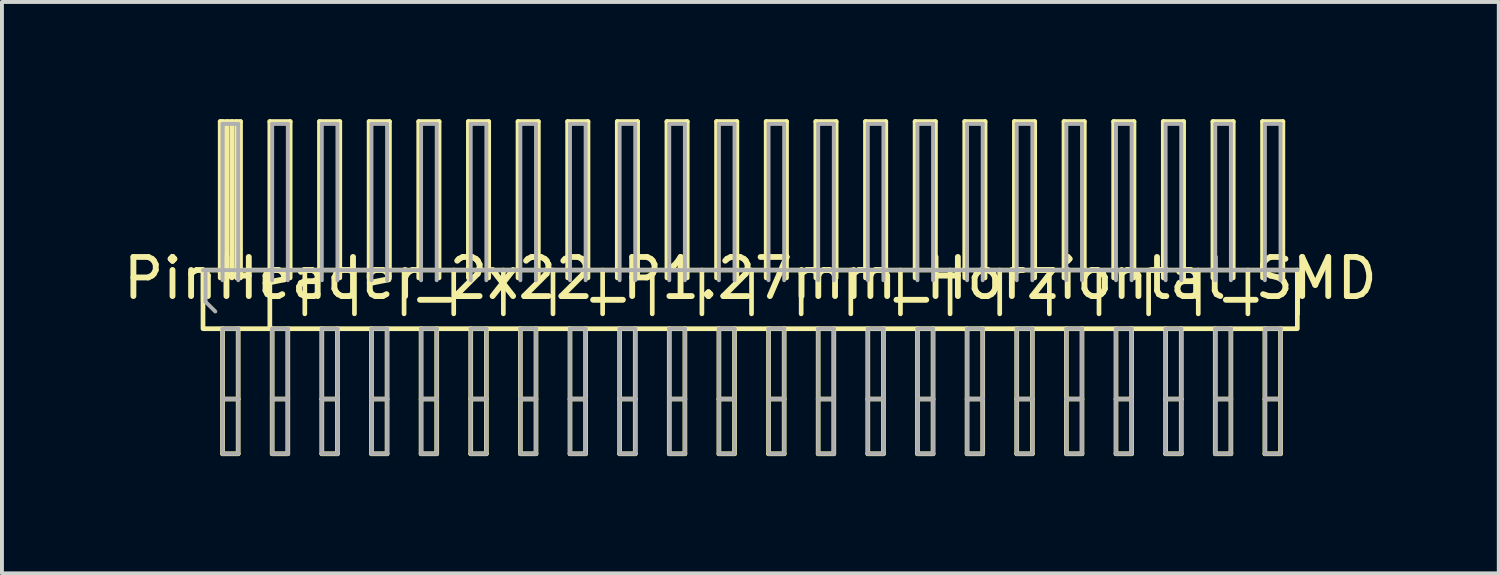
<source format=kicad_pcb>
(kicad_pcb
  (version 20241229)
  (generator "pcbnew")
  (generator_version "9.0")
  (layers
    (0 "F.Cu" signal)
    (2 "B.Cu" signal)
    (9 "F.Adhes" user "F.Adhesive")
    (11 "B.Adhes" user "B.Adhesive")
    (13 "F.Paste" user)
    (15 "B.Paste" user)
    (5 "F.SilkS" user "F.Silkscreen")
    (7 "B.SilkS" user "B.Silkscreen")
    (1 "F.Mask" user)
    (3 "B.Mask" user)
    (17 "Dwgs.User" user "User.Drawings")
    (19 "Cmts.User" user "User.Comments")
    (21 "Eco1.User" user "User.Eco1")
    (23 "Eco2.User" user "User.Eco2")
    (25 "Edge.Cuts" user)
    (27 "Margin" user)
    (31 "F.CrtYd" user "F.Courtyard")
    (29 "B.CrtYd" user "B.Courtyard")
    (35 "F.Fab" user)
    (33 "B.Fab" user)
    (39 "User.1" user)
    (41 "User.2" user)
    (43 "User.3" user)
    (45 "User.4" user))
  (footprint "PinHeader_2x22_P1.27mm_Horziontal_SMD"
    (layer "F.Cu")
    (at 16.149 4.57)
    (property "Reference" "PinHeader_2x22_P1.27mm_Horziontal_SMD" (at 0 -0.5 0) (unlocked yes) (layer "F.SilkS") (effects (font (size 1 1) (thickness 0.15))))
    (attr through_hole)
    (fp_line (start -14 0.09) (end -14 -0.71) (stroke (width 0.12) (type solid)) (layer "F.SilkS"))
    (fp_line (start -13.565 -4.51) (end -13.045 -4.51) (stroke (width 0.12) (type solid)) (layer "F.SilkS"))
    (fp_line (start -13.565 -0.51) (end -13.565 -4.51) (stroke (width 0.12) (type solid)) (layer "F.SilkS"))
    (fp_line (start -13.505 -0.51) (end -13.505 -4.51) (stroke (width 0.12) (type solid)) (layer "F.SilkS"))
    (fp_line (start -13.505 0.79) (end -13.505 3.99) (stroke (width 0.12) (type solid)) (layer "F.SilkS"))
    (fp_line (start -13.505 2.59) (end -13.105 2.59) (stroke (width 0.12) (type solid)) (layer "F.SilkS"))
    (fp_line (start -13.505 3.99) (end -13.105 3.99) (stroke (width 0.12) (type solid)) (layer "F.SilkS"))
    (fp_line (start -13.385 -0.51) (end -13.385 -4.51) (stroke (width 0.12) (type solid)) (layer "F.SilkS"))
    (fp_line (start -13.265 -0.51) (end -13.265 -4.51) (stroke (width 0.12) (type solid)) (layer "F.SilkS"))
    (fp_line (start -13.145 -0.51) (end -13.145 -4.51) (stroke (width 0.12) (type solid)) (layer "F.SilkS"))
    (fp_line (start -13.105 3.99) (end -13.105 0.79) (stroke (width 0.12) (type solid)) (layer "F.SilkS"))
    (fp_line (start -13.045 -4.51) (end -13.045 -0.51) (stroke (width 0.12) (type solid)) (layer "F.SilkS"))
    (fp_line (start -12.295 -4.51) (end -11.775 -4.51) (stroke (width 0.12) (type solid)) (layer "F.SilkS"))
    (fp_line (start -12.295 -0.51) (end -12.295 -4.51) (stroke (width 0.12) (type solid)) (layer "F.SilkS"))
    (fp_line (start -12.295 0.79) (end -12.295 -0.71) (stroke (width 0.12) (type solid)) (layer "F.SilkS"))
    (fp_line (start -12.235 0.79) (end -12.235 3.99) (stroke (width 0.12) (type solid)) (layer "F.SilkS"))
    (fp_line (start -12.235 2.59) (end -11.835 2.59) (stroke (width 0.12) (type solid)) (layer "F.SilkS"))
    (fp_line (start -12.235 3.99) (end -11.835 3.99) (stroke (width 0.12) (type solid)) (layer "F.SilkS"))
    (fp_line (start -11.835 3.99) (end -11.835 0.79) (stroke (width 0.12) (type solid)) (layer "F.SilkS"))
    (fp_line (start -11.775 -4.51) (end -11.775 -0.51) (stroke (width 0.12) (type solid)) (layer "F.SilkS"))
    (fp_line (start -11.4 0.41) (end -11.4 -0.71) (stroke (width 0.12) (type solid)) (layer "F.SilkS"))
    (fp_line (start -11.025 -4.51) (end -10.505 -4.51) (stroke (width 0.12) (type solid)) (layer "F.SilkS"))
    (fp_line (start -11.025 -0.51) (end -11.025 -4.51) (stroke (width 0.12) (type solid)) (layer "F.SilkS"))
    (fp_line (start -10.965 0.79) (end -10.965 3.99) (stroke (width 0.12) (type solid)) (layer "F.SilkS"))
    (fp_line (start -10.965 2.59) (end -10.565 2.59) (stroke (width 0.12) (type solid)) (layer "F.SilkS"))
    (fp_line (start -10.965 3.99) (end -10.565 3.99) (stroke (width 0.12) (type solid)) (layer "F.SilkS"))
    (fp_line (start -10.565 3.99) (end -10.565 0.79) (stroke (width 0.12) (type solid)) (layer "F.SilkS"))
    (fp_line (start -10.505 -4.51) (end -10.505 -0.51) (stroke (width 0.12) (type solid)) (layer "F.SilkS"))
    (fp_line (start -10.13 0.41) (end -10.13 -0.71) (stroke (width 0.12) (type solid)) (layer "F.SilkS"))
    (fp_line (start -9.755 -4.51) (end -9.235 -4.51) (stroke (width 0.12) (type solid)) (layer "F.SilkS"))
    (fp_line (start -9.755 -0.51) (end -9.755 -4.51) (stroke (width 0.12) (type solid)) (layer "F.SilkS"))
    (fp_line (start -9.695 0.79) (end -9.695 3.99) (stroke (width 0.12) (type solid)) (layer "F.SilkS"))
    (fp_line (start -9.695 2.59) (end -9.295 2.59) (stroke (width 0.12) (type solid)) (layer "F.SilkS"))
    (fp_line (start -9.695 3.99) (end -9.295 3.99) (stroke (width 0.12) (type solid)) (layer "F.SilkS"))
    (fp_line (start -9.295 3.99) (end -9.295 0.79) (stroke (width 0.12) (type solid)) (layer "F.SilkS"))
    (fp_line (start -9.235 -4.51) (end -9.235 -0.51) (stroke (width 0.12) (type solid)) (layer "F.SilkS"))
    (fp_line (start -8.86 0.41) (end -8.86 -0.71) (stroke (width 0.12) (type solid)) (layer "F.SilkS"))
    (fp_line (start -8.485 -4.51) (end -7.965 -4.51) (stroke (width 0.12) (type solid)) (layer "F.SilkS"))
    (fp_line (start -8.485 -0.51) (end -8.485 -4.51) (stroke (width 0.12) (type solid)) (layer "F.SilkS"))
    (fp_line (start -8.425 0.79) (end -8.425 3.99) (stroke (width 0.12) (type solid)) (layer "F.SilkS"))
    (fp_line (start -8.425 2.59) (end -8.025 2.59) (stroke (width 0.12) (type solid)) (layer "F.SilkS"))
    (fp_line (start -8.425 3.99) (end -8.025 3.99) (stroke (width 0.12) (type solid)) (layer "F.SilkS"))
    (fp_line (start -8.025 3.99) (end -8.025 0.79) (stroke (width 0.12) (type solid)) (layer "F.SilkS"))
    (fp_line (start -7.965 -4.51) (end -7.965 -0.51) (stroke (width 0.12) (type solid)) (layer "F.SilkS"))
    (fp_line (start -7.59 0.41) (end -7.59 -0.71) (stroke (width 0.12) (type solid)) (layer "F.SilkS"))
    (fp_line (start -7.215 -4.51) (end -6.695 -4.51) (stroke (width 0.12) (type solid)) (layer "F.SilkS"))
    (fp_line (start -7.215 -0.51) (end -7.215 -4.51) (stroke (width 0.12) (type solid)) (layer "F.SilkS"))
    (fp_line (start -7.155 0.79) (end -7.155 3.99) (stroke (width 0.12) (type solid)) (layer "F.SilkS"))
    (fp_line (start -7.155 2.59) (end -6.755 2.59) (stroke (width 0.12) (type solid)) (layer "F.SilkS"))
    (fp_line (start -7.155 3.99) (end -6.755 3.99) (stroke (width 0.12) (type solid)) (layer "F.SilkS"))
    (fp_line (start -6.755 3.99) (end -6.755 0.79) (stroke (width 0.12) (type solid)) (layer "F.SilkS"))
    (fp_line (start -6.695 -4.51) (end -6.695 -0.51) (stroke (width 0.12) (type solid)) (layer "F.SilkS"))
    (fp_line (start -6.32 0.41) (end -6.32 -0.71) (stroke (width 0.12) (type solid)) (layer "F.SilkS"))
    (fp_line (start -5.945 -4.51) (end -5.425 -4.51) (stroke (width 0.12) (type solid)) (layer "F.SilkS"))
    (fp_line (start -5.945 -0.51) (end -5.945 -4.51) (stroke (width 0.12) (type solid)) (layer "F.SilkS"))
    (fp_line (start -5.885 0.79) (end -5.885 3.99) (stroke (width 0.12) (type solid)) (layer "F.SilkS"))
    (fp_line (start -5.885 2.59) (end -5.485 2.59) (stroke (width 0.12) (type solid)) (layer "F.SilkS"))
    (fp_line (start -5.885 3.99) (end -5.485 3.99) (stroke (width 0.12) (type solid)) (layer "F.SilkS"))
    (fp_line (start -5.485 3.99) (end -5.485 0.79) (stroke (width 0.12) (type solid)) (layer "F.SilkS"))
    (fp_line (start -5.425 -4.51) (end -5.425 -0.51) (stroke (width 0.12) (type solid)) (layer "F.SilkS"))
    (fp_line (start -5.05 0.41) (end -5.05 -0.71) (stroke (width 0.12) (type solid)) (layer "F.SilkS"))
    (fp_line (start -4.675 -4.51) (end -4.155 -4.51) (stroke (width 0.12) (type solid)) (layer "F.SilkS"))
    (fp_line (start -4.675 -0.51) (end -4.675 -4.51) (stroke (width 0.12) (type solid)) (layer "F.SilkS"))
    (fp_line (start -4.615 0.79) (end -4.615 3.99) (stroke (width 0.12) (type solid)) (layer "F.SilkS"))
    (fp_line (start -4.615 2.59) (end -4.215 2.59) (stroke (width 0.12) (type solid)) (layer "F.SilkS"))
    (fp_line (start -4.615 3.99) (end -4.215 3.99) (stroke (width 0.12) (type solid)) (layer "F.SilkS"))
    (fp_line (start -4.215 3.99) (end -4.215 0.79) (stroke (width 0.12) (type solid)) (layer "F.SilkS"))
    (fp_line (start -4.155 -4.51) (end -4.155 -0.51) (stroke (width 0.12) (type solid)) (layer "F.SilkS"))
    (fp_line (start -3.78 0.41) (end -3.78 -0.71) (stroke (width 0.12) (type solid)) (layer "F.SilkS"))
    (fp_line (start -3.405 -4.51) (end -2.885 -4.51) (stroke (width 0.12) (type solid)) (layer "F.SilkS"))
    (fp_line (start -3.405 -0.51) (end -3.405 -4.51) (stroke (width 0.12) (type solid)) (layer "F.SilkS"))
    (fp_line (start -3.345 0.79) (end -3.345 3.99) (stroke (width 0.12) (type solid)) (layer "F.SilkS"))
    (fp_line (start -3.345 2.59) (end -2.945 2.59) (stroke (width 0.12) (type solid)) (layer "F.SilkS"))
    (fp_line (start -3.345 3.99) (end -2.945 3.99) (stroke (width 0.12) (type solid)) (layer "F.SilkS"))
    (fp_line (start -2.945 3.99) (end -2.945 0.79) (stroke (width 0.12) (type solid)) (layer "F.SilkS"))
    (fp_line (start -2.885 -4.51) (end -2.885 -0.51) (stroke (width 0.12) (type solid)) (layer "F.SilkS"))
    (fp_line (start -2.51 0.41) (end -2.51 -0.71) (stroke (width 0.12) (type solid)) (layer "F.SilkS"))
    (fp_line (start -2.135 -4.51) (end -1.615 -4.51) (stroke (width 0.12) (type solid)) (layer "F.SilkS"))
    (fp_line (start -2.135 -0.51) (end -2.135 -4.51) (stroke (width 0.12) (type solid)) (layer "F.SilkS"))
    (fp_line (start -2.075 0.79) (end -2.075 3.99) (stroke (width 0.12) (type solid)) (layer "F.SilkS"))
    (fp_line (start -2.075 2.59) (end -1.675 2.59) (stroke (width 0.12) (type solid)) (layer "F.SilkS"))
    (fp_line (start -2.075 3.99) (end -1.675 3.99) (stroke (width 0.12) (type solid)) (layer "F.SilkS"))
    (fp_line (start -1.675 3.99) (end -1.675 0.79) (stroke (width 0.12) (type solid)) (layer "F.SilkS"))
    (fp_line (start -1.615 -4.51) (end -1.615 -0.51) (stroke (width 0.12) (type solid)) (layer "F.SilkS"))
    (fp_line (start -1.24 0.41) (end -1.24 -0.71) (stroke (width 0.12) (type solid)) (layer "F.SilkS"))
    (fp_line (start -0.865 -4.51) (end -0.345 -4.51) (stroke (width 0.12) (type solid)) (layer "F.SilkS"))
    (fp_line (start -0.865 -0.51) (end -0.865 -4.51) (stroke (width 0.12) (type solid)) (layer "F.SilkS"))
    (fp_line (start -0.805 0.79) (end -0.805 3.99) (stroke (width 0.12) (type solid)) (layer "F.SilkS"))
    (fp_line (start -0.805 2.59) (end -0.405 2.59) (stroke (width 0.12) (type solid)) (layer "F.SilkS"))
    (fp_line (start -0.805 3.99) (end -0.405 3.99) (stroke (width 0.12) (type solid)) (layer "F.SilkS"))
    (fp_line (start -0.405 3.99) (end -0.405 0.79) (stroke (width 0.12) (type solid)) (layer "F.SilkS"))
    (fp_line (start -0.345 -4.51) (end -0.345 -0.51) (stroke (width 0.12) (type solid)) (layer "F.SilkS"))
    (fp_line (start 0.03 0.41) (end 0.03 -0.71) (stroke (width 0.12) (type solid)) (layer "F.SilkS"))
    (fp_line (start 0.405 -4.51) (end 0.925 -4.51) (stroke (width 0.12) (type solid)) (layer "F.SilkS"))
    (fp_line (start 0.405 -0.51) (end 0.405 -4.51) (stroke (width 0.12) (type solid)) (layer "F.SilkS"))
    (fp_line (start 0.465 0.79) (end 0.465 3.99) (stroke (width 0.12) (type solid)) (layer "F.SilkS"))
    (fp_line (start 0.465 2.59) (end 0.865 2.59) (stroke (width 0.12) (type solid)) (layer "F.SilkS"))
    (fp_line (start 0.465 3.99) (end 0.865 3.99) (stroke (width 0.12) (type solid)) (layer "F.SilkS"))
    (fp_line (start 0.865 3.99) (end 0.865 0.79) (stroke (width 0.12) (type solid)) (layer "F.SilkS"))
    (fp_line (start 0.925 -4.51) (end 0.925 -0.51) (stroke (width 0.12) (type solid)) (layer "F.SilkS"))
    (fp_line (start 1.3 0.41) (end 1.3 -0.71) (stroke (width 0.12) (type solid)) (layer "F.SilkS"))
    (fp_line (start 1.675 -4.51) (end 2.195 -4.51) (stroke (width 0.12) (type solid)) (layer "F.SilkS"))
    (fp_line (start 1.675 -0.51) (end 1.675 -4.51) (stroke (width 0.12) (type solid)) (layer "F.SilkS"))
    (fp_line (start 1.735 0.79) (end 1.735 3.99) (stroke (width 0.12) (type solid)) (layer "F.SilkS"))
    (fp_line (start 1.735 2.59) (end 2.135 2.59) (stroke (width 0.12) (type solid)) (layer "F.SilkS"))
    (fp_line (start 1.735 3.99) (end 2.135 3.99) (stroke (width 0.12) (type solid)) (layer "F.SilkS"))
    (fp_line (start 2.135 3.99) (end 2.135 0.79) (stroke (width 0.12) (type solid)) (layer "F.SilkS"))
    (fp_line (start 2.195 -4.51) (end 2.195 -0.51) (stroke (width 0.12) (type solid)) (layer "F.SilkS"))
    (fp_line (start 2.57 0.41) (end 2.57 -0.71) (stroke (width 0.12) (type solid)) (layer "F.SilkS"))
    (fp_line (start 2.945 -4.51) (end 3.465 -4.51) (stroke (width 0.12) (type solid)) (layer "F.SilkS"))
    (fp_line (start 2.945 -0.51) (end 2.945 -4.51) (stroke (width 0.12) (type solid)) (layer "F.SilkS"))
    (fp_line (start 3.005 0.79) (end 3.005 3.99) (stroke (width 0.12) (type solid)) (layer "F.SilkS"))
    (fp_line (start 3.005 2.59) (end 3.405 2.59) (stroke (width 0.12) (type solid)) (layer "F.SilkS"))
    (fp_line (start 3.005 3.99) (end 3.405 3.99) (stroke (width 0.12) (type solid)) (layer "F.SilkS"))
    (fp_line (start 3.405 3.99) (end 3.405 0.79) (stroke (width 0.12) (type solid)) (layer "F.SilkS"))
    (fp_line (start 3.465 -4.51) (end 3.465 -0.51) (stroke (width 0.12) (type solid)) (layer "F.SilkS"))
    (fp_line (start 3.84 0.41) (end 3.84 -0.71) (stroke (width 0.12) (type solid)) (layer "F.SilkS"))
    (fp_line (start 4.215 -4.51) (end 4.735 -4.51) (stroke (width 0.12) (type solid)) (layer "F.SilkS"))
    (fp_line (start 4.215 -0.51) (end 4.215 -4.51) (stroke (width 0.12) (type solid)) (layer "F.SilkS"))
    (fp_line (start 4.275 0.79) (end 4.275 3.99) (stroke (width 0.12) (type solid)) (layer "F.SilkS"))
    (fp_line (start 4.275 2.59) (end 4.675 2.59) (stroke (width 0.12) (type solid)) (layer "F.SilkS"))
    (fp_line (start 4.275 3.99) (end 4.675 3.99) (stroke (width 0.12) (type solid)) (layer "F.SilkS"))
    (fp_line (start 4.675 3.99) (end 4.675 0.79) (stroke (width 0.12) (type solid)) (layer "F.SilkS"))
    (fp_line (start 4.735 -4.51) (end 4.735 -0.51) (stroke (width 0.12) (type solid)) (layer "F.SilkS"))
    (fp_line (start 5.11 0.41) (end 5.11 -0.71) (stroke (width 0.12) (type solid)) (layer "F.SilkS"))
    (fp_line (start 5.485 -4.51) (end 6.005 -4.51) (stroke (width 0.12) (type solid)) (layer "F.SilkS"))
    (fp_line (start 5.485 -0.51) (end 5.485 -4.51) (stroke (width 0.12) (type solid)) (layer "F.SilkS"))
    (fp_line (start 5.545 0.79) (end 5.545 3.99) (stroke (width 0.12) (type solid)) (layer "F.SilkS"))
    (fp_line (start 5.545 2.59) (end 5.945 2.59) (stroke (width 0.12) (type solid)) (layer "F.SilkS"))
    (fp_line (start 5.545 3.99) (end 5.945 3.99) (stroke (width 0.12) (type solid)) (layer "F.SilkS"))
    (fp_line (start 5.945 3.99) (end 5.945 0.79) (stroke (width 0.12) (type solid)) (layer "F.SilkS"))
    (fp_line (start 6.005 -4.51) (end 6.005 -0.51) (stroke (width 0.12) (type solid)) (layer "F.SilkS"))
    (fp_line (start 6.38 0.41) (end 6.38 -0.71) (stroke (width 0.12) (type solid)) (layer "F.SilkS"))
    (fp_line (start 6.755 -4.51) (end 7.275 -4.51) (stroke (width 0.12) (type solid)) (layer "F.SilkS"))
    (fp_line (start 6.755 -0.51) (end 6.755 -4.51) (stroke (width 0.12) (type solid)) (layer "F.SilkS"))
    (fp_line (start 6.815 0.79) (end 6.815 3.99) (stroke (width 0.12) (type solid)) (layer "F.SilkS"))
    (fp_line (start 6.815 2.59) (end 7.215 2.59) (stroke (width 0.12) (type solid)) (layer "F.SilkS"))
    (fp_line (start 6.815 3.99) (end 7.215 3.99) (stroke (width 0.12) (type solid)) (layer "F.SilkS"))
    (fp_line (start 7.215 3.99) (end 7.215 0.79) (stroke (width 0.12) (type solid)) (layer "F.SilkS"))
    (fp_line (start 7.275 -4.51) (end 7.275 -0.51) (stroke (width 0.12) (type solid)) (layer "F.SilkS"))
    (fp_line (start 7.65 0.41) (end 7.65 -0.71) (stroke (width 0.12) (type solid)) (layer "F.SilkS"))
    (fp_line (start 8.025 -4.51) (end 8.545 -4.51) (stroke (width 0.12) (type solid)) (layer "F.SilkS"))
    (fp_line (start 8.025 -0.51) (end 8.025 -4.51) (stroke (width 0.12) (type solid)) (layer "F.SilkS"))
    (fp_line (start 8.085 0.79) (end 8.085 3.99) (stroke (width 0.12) (type solid)) (layer "F.SilkS"))
    (fp_line (start 8.085 2.59) (end 8.485 2.59) (stroke (width 0.12) (type solid)) (layer "F.SilkS"))
    (fp_line (start 8.085 3.99) (end 8.485 3.99) (stroke (width 0.12) (type solid)) (layer "F.SilkS"))
    (fp_line (start 8.485 3.99) (end 8.485 0.79) (stroke (width 0.12) (type solid)) (layer "F.SilkS"))
    (fp_line (start 8.545 -4.51) (end 8.545 -0.51) (stroke (width 0.12) (type solid)) (layer "F.SilkS"))
    (fp_line (start 8.92 0.41) (end 8.92 -0.71) (stroke (width 0.12) (type solid)) (layer "F.SilkS"))
    (fp_line (start 9.295 -4.51) (end 9.815 -4.51) (stroke (width 0.12) (type solid)) (layer "F.SilkS"))
    (fp_line (start 9.295 -0.51) (end 9.295 -4.51) (stroke (width 0.12) (type solid)) (layer "F.SilkS"))
    (fp_line (start 9.355 0.79) (end 9.355 3.99) (stroke (width 0.12) (type solid)) (layer "F.SilkS"))
    (fp_line (start 9.355 2.59) (end 9.755 2.59) (stroke (width 0.12) (type solid)) (layer "F.SilkS"))
    (fp_line (start 9.355 3.99) (end 9.755 3.99) (stroke (width 0.12) (type solid)) (layer "F.SilkS"))
    (fp_line (start 9.755 3.99) (end 9.755 0.79) (stroke (width 0.12) (type solid)) (layer "F.SilkS"))
    (fp_line (start 9.815 -4.51) (end 9.815 -0.51) (stroke (width 0.12) (type solid)) (layer "F.SilkS"))
    (fp_line (start 10.19 0.41) (end 10.19 -0.71) (stroke (width 0.12) (type solid)) (layer "F.SilkS"))
    (fp_line (start 10.565 -4.51) (end 11.085 -4.51) (stroke (width 0.12) (type solid)) (layer "F.SilkS"))
    (fp_line (start 10.565 -0.51) (end 10.565 -4.51) (stroke (width 0.12) (type solid)) (layer "F.SilkS"))
    (fp_line (start 10.625 0.79) (end 10.625 3.99) (stroke (width 0.12) (type solid)) (layer "F.SilkS"))
    (fp_line (start 10.625 2.59) (end 11.025 2.59) (stroke (width 0.12) (type solid)) (layer "F.SilkS"))
    (fp_line (start 10.625 3.99) (end 11.025 3.99) (stroke (width 0.12) (type solid)) (layer "F.SilkS"))
    (fp_line (start 11.025 3.99) (end 11.025 0.79) (stroke (width 0.12) (type solid)) (layer "F.SilkS"))
    (fp_line (start 11.085 -4.51) (end 11.085 -0.51) (stroke (width 0.12) (type solid)) (layer "F.SilkS"))
    (fp_line (start 11.46 0.41) (end 11.46 -0.71) (stroke (width 0.12) (type solid)) (layer "F.SilkS"))
    (fp_line (start 11.835 -4.51) (end 12.355 -4.51) (stroke (width 0.12) (type solid)) (layer "F.SilkS"))
    (fp_line (start 11.835 -0.51) (end 11.835 -4.51) (stroke (width 0.12) (type solid)) (layer "F.SilkS"))
    (fp_line (start 11.895 0.79) (end 11.895 3.99) (stroke (width 0.12) (type solid)) (layer "F.SilkS"))
    (fp_line (start 11.895 2.59) (end 12.295 2.59) (stroke (width 0.12) (type solid)) (layer "F.SilkS"))
    (fp_line (start 11.895 3.99) (end 12.295 3.99) (stroke (width 0.12) (type solid)) (layer "F.SilkS"))
    (fp_line (start 12.295 3.99) (end 12.295 0.79) (stroke (width 0.12) (type solid)) (layer "F.SilkS"))
    (fp_line (start 12.355 -4.51) (end 12.355 -0.51) (stroke (width 0.12) (type solid)) (layer "F.SilkS"))
    (fp_line (start 12.73 0.41) (end 12.73 -0.71) (stroke (width 0.12) (type solid)) (layer "F.SilkS"))
    (fp_line (start 13.105 -4.51) (end 13.625 -4.51) (stroke (width 0.12) (type solid)) (layer "F.SilkS"))
    (fp_line (start 13.105 -0.51) (end 13.105 -4.51) (stroke (width 0.12) (type solid)) (layer "F.SilkS"))
    (fp_line (start 13.165 0.79) (end 13.165 3.99) (stroke (width 0.12) (type solid)) (layer "F.SilkS"))
    (fp_line (start 13.165 2.59) (end 13.565 2.59) (stroke (width 0.12) (type solid)) (layer "F.SilkS"))
    (fp_line (start 13.165 3.99) (end 13.565 3.99) (stroke (width 0.12) (type solid)) (layer "F.SilkS"))
    (fp_line (start 13.565 3.99) (end 13.565 0.79) (stroke (width 0.12) (type solid)) (layer "F.SilkS"))
    (fp_line (start 13.625 -4.51) (end 13.625 -0.51) (stroke (width 0.12) (type solid)) (layer "F.SilkS"))
    (fp_line (start 14 0.41) (end 14 -0.71) (stroke (width 0.12) (type solid)) (layer "F.SilkS"))
    (fp_rect (start -14.005 -0.71) (end 13.995 0.79) (stroke (width 0.12) (type solid)) (fill no) (layer "F.SilkS"))
    (fp_line (start -14.005 -0.71) (end 14.005 -0.71) (stroke (width 0.1) (type solid)) (layer "F.Fab"))
    (fp_line (start -13.94 0.1) (end -13.94 -0.65) (stroke (width 0.1) (type solid)) (layer "F.Fab"))
    (fp_line (start -13.69 0.35) (end -13.94 0.1) (stroke (width 0.1) (type solid)) (layer "F.Fab"))
    (fp_line (start -13.505 -4.45) (end -13.105 -4.45) (stroke (width 0.1) (type solid)) (layer "F.Fab"))
    (fp_line (start -13.505 -0.45) (end -13.505 -4.45) (stroke (width 0.1) (type solid)) (layer "F.Fab"))
    (fp_line (start -13.505 0.79) (end -13.505 2.59) (stroke (width 0.1) (type solid)) (layer "F.Fab"))
    (fp_line (start -13.505 2.59) (end -13.105 2.59) (stroke (width 0.1) (type solid)) (layer "F.Fab"))
    (fp_line (start -13.505 3.99) (end -13.505 2.59) (stroke (width 0.1) (type solid)) (layer "F.Fab"))
    (fp_line (start -13.505 3.99) (end -13.105 3.99) (stroke (width 0.1) (type solid)) (layer "F.Fab"))
    (fp_line (start -13.105 -0.45) (end -13.105 -4.45) (stroke (width 0.1) (type solid)) (layer "F.Fab"))
    (fp_line (start -13.105 0.79) (end -13.505 0.79) (stroke (width 0.1) (type solid)) (layer "F.Fab"))
    (fp_line (start -13.105 2.59) (end -13.105 0.79) (stroke (width 0.1) (type solid)) (layer "F.Fab"))
    (fp_line (start -13.105 2.59) (end -13.105 3.99) (stroke (width 0.1) (type solid)) (layer "F.Fab"))
    (fp_line (start -12.235 -4.45) (end -11.835 -4.45) (stroke (width 0.1) (type solid)) (layer "F.Fab"))
    (fp_line (start -12.235 -0.45) (end -12.235 -4.45) (stroke (width 0.1) (type solid)) (layer "F.Fab"))
    (fp_line (start -12.235 0.79) (end -12.235 2.59) (stroke (width 0.1) (type solid)) (layer "F.Fab"))
    (fp_line (start -12.235 2.59) (end -11.835 2.59) (stroke (width 0.1) (type solid)) (layer "F.Fab"))
    (fp_line (start -12.235 3.99) (end -12.235 2.59) (stroke (width 0.1) (type solid)) (layer "F.Fab"))
    (fp_line (start -12.235 3.99) (end -11.835 3.99) (stroke (width 0.1) (type solid)) (layer "F.Fab"))
    (fp_line (start -11.835 -0.45) (end -11.835 -4.45) (stroke (width 0.1) (type solid)) (layer "F.Fab"))
    (fp_line (start -11.835 0.79) (end -12.235 0.79) (stroke (width 0.1) (type solid)) (layer "F.Fab"))
    (fp_line (start -11.835 2.59) (end -11.835 0.79) (stroke (width 0.1) (type solid)) (layer "F.Fab"))
    (fp_line (start -11.835 2.59) (end -11.835 3.99) (stroke (width 0.1) (type solid)) (layer "F.Fab"))
    (fp_line (start -10.965 -4.45) (end -10.565 -4.45) (stroke (width 0.1) (type solid)) (layer "F.Fab"))
    (fp_line (start -10.965 -0.45) (end -10.965 -4.45) (stroke (width 0.1) (type solid)) (layer "F.Fab"))
    (fp_line (start -10.965 0.79) (end -10.965 2.59) (stroke (width 0.1) (type solid)) (layer "F.Fab"))
    (fp_line (start -10.965 2.59) (end -10.565 2.59) (stroke (width 0.1) (type solid)) (layer "F.Fab"))
    (fp_line (start -10.965 3.99) (end -10.965 2.59) (stroke (width 0.1) (type solid)) (layer "F.Fab"))
    (fp_line (start -10.965 3.99) (end -10.565 3.99) (stroke (width 0.1) (type solid)) (layer "F.Fab"))
    (fp_line (start -10.565 -0.45) (end -10.565 -4.45) (stroke (width 0.1) (type solid)) (layer "F.Fab"))
    (fp_line (start -10.565 0.79) (end -10.965 0.79) (stroke (width 0.1) (type solid)) (layer "F.Fab"))
    (fp_line (start -10.565 2.59) (end -10.565 0.79) (stroke (width 0.1) (type solid)) (layer "F.Fab"))
    (fp_line (start -10.565 2.59) (end -10.565 3.99) (stroke (width 0.1) (type solid)) (layer "F.Fab"))
    (fp_line (start -9.695 -4.45) (end -9.295 -4.45) (stroke (width 0.1) (type solid)) (layer "F.Fab"))
    (fp_line (start -9.695 -0.45) (end -9.695 -4.45) (stroke (width 0.1) (type solid)) (layer "F.Fab"))
    (fp_line (start -9.695 0.79) (end -9.695 2.59) (stroke (width 0.1) (type solid)) (layer "F.Fab"))
    (fp_line (start -9.695 2.59) (end -9.295 2.59) (stroke (width 0.1) (type solid)) (layer "F.Fab"))
    (fp_line (start -9.695 3.99) (end -9.695 2.59) (stroke (width 0.1) (type solid)) (layer "F.Fab"))
    (fp_line (start -9.695 3.99) (end -9.295 3.99) (stroke (width 0.1) (type solid)) (layer "F.Fab"))
    (fp_line (start -9.295 -0.45) (end -9.295 -4.45) (stroke (width 0.1) (type solid)) (layer "F.Fab"))
    (fp_line (start -9.295 0.79) (end -9.695 0.79) (stroke (width 0.1) (type solid)) (layer "F.Fab"))
    (fp_line (start -9.295 2.59) (end -9.295 0.79) (stroke (width 0.1) (type solid)) (layer "F.Fab"))
    (fp_line (start -9.295 2.59) (end -9.295 3.99) (stroke (width 0.1) (type solid)) (layer "F.Fab"))
    (fp_line (start -8.425 -4.45) (end -8.025 -4.45) (stroke (width 0.1) (type solid)) (layer "F.Fab"))
    (fp_line (start -8.425 -0.45) (end -8.425 -4.45) (stroke (width 0.1) (type solid)) (layer "F.Fab"))
    (fp_line (start -8.425 0.79) (end -8.425 2.59) (stroke (width 0.1) (type solid)) (layer "F.Fab"))
    (fp_line (start -8.425 2.59) (end -8.025 2.59) (stroke (width 0.1) (type solid)) (layer "F.Fab"))
    (fp_line (start -8.425 3.99) (end -8.425 2.59) (stroke (width 0.1) (type solid)) (layer "F.Fab"))
    (fp_line (start -8.425 3.99) (end -8.025 3.99) (stroke (width 0.1) (type solid)) (layer "F.Fab"))
    (fp_line (start -8.025 -0.45) (end -8.025 -4.45) (stroke (width 0.1) (type solid)) (layer "F.Fab"))
    (fp_line (start -8.025 0.79) (end -8.425 0.79) (stroke (width 0.1) (type solid)) (layer "F.Fab"))
    (fp_line (start -8.025 2.59) (end -8.025 0.79) (stroke (width 0.1) (type solid)) (layer "F.Fab"))
    (fp_line (start -8.025 2.59) (end -8.025 3.99) (stroke (width 0.1) (type solid)) (layer "F.Fab"))
    (fp_line (start -7.155 -4.45) (end -6.755 -4.45) (stroke (width 0.1) (type solid)) (layer "F.Fab"))
    (fp_line (start -7.155 -0.45) (end -7.155 -4.45) (stroke (width 0.1) (type solid)) (layer "F.Fab"))
    (fp_line (start -7.155 0.79) (end -7.155 2.59) (stroke (width 0.1) (type solid)) (layer "F.Fab"))
    (fp_line (start -7.155 2.59) (end -6.755 2.59) (stroke (width 0.1) (type solid)) (layer "F.Fab"))
    (fp_line (start -7.155 3.99) (end -7.155 2.59) (stroke (width 0.1) (type solid)) (layer "F.Fab"))
    (fp_line (start -7.155 3.99) (end -6.755 3.99) (stroke (width 0.1) (type solid)) (layer "F.Fab"))
    (fp_line (start -6.755 -0.45) (end -6.755 -4.45) (stroke (width 0.1) (type solid)) (layer "F.Fab"))
    (fp_line (start -6.755 0.79) (end -7.155 0.79) (stroke (width 0.1) (type solid)) (layer "F.Fab"))
    (fp_line (start -6.755 2.59) (end -6.755 0.79) (stroke (width 0.1) (type solid)) (layer "F.Fab"))
    (fp_line (start -6.755 2.59) (end -6.755 3.99) (stroke (width 0.1) (type solid)) (layer "F.Fab"))
    (fp_line (start -5.885 -4.45) (end -5.485 -4.45) (stroke (width 0.1) (type solid)) (layer "F.Fab"))
    (fp_line (start -5.885 -0.45) (end -5.885 -4.45) (stroke (width 0.1) (type solid)) (layer "F.Fab"))
    (fp_line (start -5.885 0.79) (end -5.885 2.59) (stroke (width 0.1) (type solid)) (layer "F.Fab"))
    (fp_line (start -5.885 2.59) (end -5.485 2.59) (stroke (width 0.1) (type solid)) (layer "F.Fab"))
    (fp_line (start -5.885 3.99) (end -5.885 2.59) (stroke (width 0.1) (type solid)) (layer "F.Fab"))
    (fp_line (start -5.885 3.99) (end -5.485 3.99) (stroke (width 0.1) (type solid)) (layer "F.Fab"))
    (fp_line (start -5.485 -0.45) (end -5.485 -4.45) (stroke (width 0.1) (type solid)) (layer "F.Fab"))
    (fp_line (start -5.485 0.79) (end -5.885 0.79) (stroke (width 0.1) (type solid)) (layer "F.Fab"))
    (fp_line (start -5.485 2.59) (end -5.485 0.79) (stroke (width 0.1) (type solid)) (layer "F.Fab"))
    (fp_line (start -5.485 2.59) (end -5.485 3.99) (stroke (width 0.1) (type solid)) (layer "F.Fab"))
    (fp_line (start -4.615 -4.45) (end -4.215 -4.45) (stroke (width 0.1) (type solid)) (layer "F.Fab"))
    (fp_line (start -4.615 -0.45) (end -4.615 -4.45) (stroke (width 0.1) (type solid)) (layer "F.Fab"))
    (fp_line (start -4.615 0.79) (end -4.615 2.59) (stroke (width 0.1) (type solid)) (layer "F.Fab"))
    (fp_line (start -4.615 2.59) (end -4.215 2.59) (stroke (width 0.1) (type solid)) (layer "F.Fab"))
    (fp_line (start -4.615 3.99) (end -4.615 2.59) (stroke (width 0.1) (type solid)) (layer "F.Fab"))
    (fp_line (start -4.615 3.99) (end -4.215 3.99) (stroke (width 0.1) (type solid)) (layer "F.Fab"))
    (fp_line (start -4.215 -0.45) (end -4.215 -4.45) (stroke (width 0.1) (type solid)) (layer "F.Fab"))
    (fp_line (start -4.215 0.79) (end -4.615 0.79) (stroke (width 0.1) (type solid)) (layer "F.Fab"))
    (fp_line (start -4.215 2.59) (end -4.215 0.79) (stroke (width 0.1) (type solid)) (layer "F.Fab"))
    (fp_line (start -4.215 2.59) (end -4.215 3.99) (stroke (width 0.1) (type solid)) (layer "F.Fab"))
    (fp_line (start -3.345 -4.45) (end -2.945 -4.45) (stroke (width 0.1) (type solid)) (layer "F.Fab"))
    (fp_line (start -3.345 -0.45) (end -3.345 -4.45) (stroke (width 0.1) (type solid)) (layer "F.Fab"))
    (fp_line (start -3.345 0.79) (end -3.345 2.59) (stroke (width 0.1) (type solid)) (layer "F.Fab"))
    (fp_line (start -3.345 2.59) (end -2.945 2.59) (stroke (width 0.1) (type solid)) (layer "F.Fab"))
    (fp_line (start -3.345 3.99) (end -3.345 2.59) (stroke (width 0.1) (type solid)) (layer "F.Fab"))
    (fp_line (start -3.345 3.99) (end -2.945 3.99) (stroke (width 0.1) (type solid)) (layer "F.Fab"))
    (fp_line (start -2.945 -0.45) (end -2.945 -4.45) (stroke (width 0.1) (type solid)) (layer "F.Fab"))
    (fp_line (start -2.945 0.79) (end -3.345 0.79) (stroke (width 0.1) (type solid)) (layer "F.Fab"))
    (fp_line (start -2.945 2.59) (end -2.945 0.79) (stroke (width 0.1) (type solid)) (layer "F.Fab"))
    (fp_line (start -2.945 2.59) (end -2.945 3.99) (stroke (width 0.1) (type solid)) (layer "F.Fab"))
    (fp_line (start -2.075 -4.45) (end -1.675 -4.45) (stroke (width 0.1) (type solid)) (layer "F.Fab"))
    (fp_line (start -2.075 -0.45) (end -2.075 -4.45) (stroke (width 0.1) (type solid)) (layer "F.Fab"))
    (fp_line (start -2.075 0.79) (end -2.075 2.59) (stroke (width 0.1) (type solid)) (layer "F.Fab"))
    (fp_line (start -2.075 2.59) (end -1.675 2.59) (stroke (width 0.1) (type solid)) (layer "F.Fab"))
    (fp_line (start -2.075 3.99) (end -2.075 2.59) (stroke (width 0.1) (type solid)) (layer "F.Fab"))
    (fp_line (start -2.075 3.99) (end -1.675 3.99) (stroke (width 0.1) (type solid)) (layer "F.Fab"))
    (fp_line (start -1.675 -0.45) (end -1.675 -4.45) (stroke (width 0.1) (type solid)) (layer "F.Fab"))
    (fp_line (start -1.675 0.79) (end -2.075 0.79) (stroke (width 0.1) (type solid)) (layer "F.Fab"))
    (fp_line (start -1.675 2.59) (end -1.675 0.79) (stroke (width 0.1) (type solid)) (layer "F.Fab"))
    (fp_line (start -1.675 2.59) (end -1.675 3.99) (stroke (width 0.1) (type solid)) (layer "F.Fab"))
    (fp_line (start -0.805 -4.45) (end -0.405 -4.45) (stroke (width 0.1) (type solid)) (layer "F.Fab"))
    (fp_line (start -0.805 -0.45) (end -0.805 -4.45) (stroke (width 0.1) (type solid)) (layer "F.Fab"))
    (fp_line (start -0.805 0.79) (end -0.805 2.59) (stroke (width 0.1) (type solid)) (layer "F.Fab"))
    (fp_line (start -0.805 2.59) (end -0.405 2.59) (stroke (width 0.1) (type solid)) (layer "F.Fab"))
    (fp_line (start -0.805 3.99) (end -0.805 2.59) (stroke (width 0.1) (type solid)) (layer "F.Fab"))
    (fp_line (start -0.805 3.99) (end -0.405 3.99) (stroke (width 0.1) (type solid)) (layer "F.Fab"))
    (fp_line (start -0.405 -0.45) (end -0.405 -4.45) (stroke (width 0.1) (type solid)) (layer "F.Fab"))
    (fp_line (start -0.405 0.79) (end -0.805 0.79) (stroke (width 0.1) (type solid)) (layer "F.Fab"))
    (fp_line (start -0.405 2.59) (end -0.405 0.79) (stroke (width 0.1) (type solid)) (layer "F.Fab"))
    (fp_line (start -0.405 2.59) (end -0.405 3.99) (stroke (width 0.1) (type solid)) (layer "F.Fab"))
    (fp_line (start 0.465 -4.45) (end 0.865 -4.45) (stroke (width 0.1) (type solid)) (layer "F.Fab"))
    (fp_line (start 0.465 -0.45) (end 0.465 -4.45) (stroke (width 0.1) (type solid)) (layer "F.Fab"))
    (fp_line (start 0.465 0.79) (end 0.465 2.59) (stroke (width 0.1) (type solid)) (layer "F.Fab"))
    (fp_line (start 0.465 2.59) (end 0.865 2.59) (stroke (width 0.1) (type solid)) (layer "F.Fab"))
    (fp_line (start 0.465 3.99) (end 0.465 2.59) (stroke (width 0.1) (type solid)) (layer "F.Fab"))
    (fp_line (start 0.465 3.99) (end 0.865 3.99) (stroke (width 0.1) (type solid)) (layer "F.Fab"))
    (fp_line (start 0.865 -0.45) (end 0.865 -4.45) (stroke (width 0.1) (type solid)) (layer "F.Fab"))
    (fp_line (start 0.865 0.79) (end 0.465 0.79) (stroke (width 0.1) (type solid)) (layer "F.Fab"))
    (fp_line (start 0.865 2.59) (end 0.865 0.79) (stroke (width 0.1) (type solid)) (layer "F.Fab"))
    (fp_line (start 0.865 2.59) (end 0.865 3.99) (stroke (width 0.1) (type solid)) (layer "F.Fab"))
    (fp_line (start 1.735 -4.45) (end 2.135 -4.45) (stroke (width 0.1) (type solid)) (layer "F.Fab"))
    (fp_line (start 1.735 -0.45) (end 1.735 -4.45) (stroke (width 0.1) (type solid)) (layer "F.Fab"))
    (fp_line (start 1.735 0.79) (end 1.735 2.59) (stroke (width 0.1) (type solid)) (layer "F.Fab"))
    (fp_line (start 1.735 2.59) (end 2.135 2.59) (stroke (width 0.1) (type solid)) (layer "F.Fab"))
    (fp_line (start 1.735 3.99) (end 1.735 2.59) (stroke (width 0.1) (type solid)) (layer "F.Fab"))
    (fp_line (start 1.735 3.99) (end 2.135 3.99) (stroke (width 0.1) (type solid)) (layer "F.Fab"))
    (fp_line (start 2.135 -0.45) (end 2.135 -4.45) (stroke (width 0.1) (type solid)) (layer "F.Fab"))
    (fp_line (start 2.135 0.79) (end 1.735 0.79) (stroke (width 0.1) (type solid)) (layer "F.Fab"))
    (fp_line (start 2.135 2.59) (end 2.135 0.79) (stroke (width 0.1) (type solid)) (layer "F.Fab"))
    (fp_line (start 2.135 2.59) (end 2.135 3.99) (stroke (width 0.1) (type solid)) (layer "F.Fab"))
    (fp_line (start 3.005 -4.45) (end 3.405 -4.45) (stroke (width 0.1) (type solid)) (layer "F.Fab"))
    (fp_line (start 3.005 -0.45) (end 3.005 -4.45) (stroke (width 0.1) (type solid)) (layer "F.Fab"))
    (fp_line (start 3.005 0.79) (end 3.005 2.59) (stroke (width 0.1) (type solid)) (layer "F.Fab"))
    (fp_line (start 3.005 2.59) (end 3.405 2.59) (stroke (width 0.1) (type solid)) (layer "F.Fab"))
    (fp_line (start 3.005 3.99) (end 3.005 2.59) (stroke (width 0.1) (type solid)) (layer "F.Fab"))
    (fp_line (start 3.005 3.99) (end 3.405 3.99) (stroke (width 0.1) (type solid)) (layer "F.Fab"))
    (fp_line (start 3.405 -0.45) (end 3.405 -4.45) (stroke (width 0.1) (type solid)) (layer "F.Fab"))
    (fp_line (start 3.405 0.79) (end 3.005 0.79) (stroke (width 0.1) (type solid)) (layer "F.Fab"))
    (fp_line (start 3.405 2.59) (end 3.405 0.79) (stroke (width 0.1) (type solid)) (layer "F.Fab"))
    (fp_line (start 3.405 2.59) (end 3.405 3.99) (stroke (width 0.1) (type solid)) (layer "F.Fab"))
    (fp_line (start 4.275 -4.45) (end 4.675 -4.45) (stroke (width 0.1) (type solid)) (layer "F.Fab"))
    (fp_line (start 4.275 -0.45) (end 4.275 -4.45) (stroke (width 0.1) (type solid)) (layer "F.Fab"))
    (fp_line (start 4.275 0.79) (end 4.275 2.59) (stroke (width 0.1) (type solid)) (layer "F.Fab"))
    (fp_line (start 4.275 2.59) (end 4.675 2.59) (stroke (width 0.1) (type solid)) (layer "F.Fab"))
    (fp_line (start 4.275 3.99) (end 4.275 2.59) (stroke (width 0.1) (type solid)) (layer "F.Fab"))
    (fp_line (start 4.275 3.99) (end 4.675 3.99) (stroke (width 0.1) (type solid)) (layer "F.Fab"))
    (fp_line (start 4.675 -0.45) (end 4.675 -4.45) (stroke (width 0.1) (type solid)) (layer "F.Fab"))
    (fp_line (start 4.675 0.79) (end 4.275 0.79) (stroke (width 0.1) (type solid)) (layer "F.Fab"))
    (fp_line (start 4.675 2.59) (end 4.675 0.79) (stroke (width 0.1) (type solid)) (layer "F.Fab"))
    (fp_line (start 4.675 2.59) (end 4.675 3.99) (stroke (width 0.1) (type solid)) (layer "F.Fab"))
    (fp_line (start 5.545 -4.45) (end 5.945 -4.45) (stroke (width 0.1) (type solid)) (layer "F.Fab"))
    (fp_line (start 5.545 -0.45) (end 5.545 -4.45) (stroke (width 0.1) (type solid)) (layer "F.Fab"))
    (fp_line (start 5.545 0.79) (end 5.545 2.59) (stroke (width 0.1) (type solid)) (layer "F.Fab"))
    (fp_line (start 5.545 2.59) (end 5.945 2.59) (stroke (width 0.1) (type solid)) (layer "F.Fab"))
    (fp_line (start 5.545 3.99) (end 5.545 2.59) (stroke (width 0.1) (type solid)) (layer "F.Fab"))
    (fp_line (start 5.545 3.99) (end 5.945 3.99) (stroke (width 0.1) (type solid)) (layer "F.Fab"))
    (fp_line (start 5.945 -0.45) (end 5.945 -4.45) (stroke (width 0.1) (type solid)) (layer "F.Fab"))
    (fp_line (start 5.945 0.79) (end 5.545 0.79) (stroke (width 0.1) (type solid)) (layer "F.Fab"))
    (fp_line (start 5.945 2.59) (end 5.945 0.79) (stroke (width 0.1) (type solid)) (layer "F.Fab"))
    (fp_line (start 5.945 2.59) (end 5.945 3.99) (stroke (width 0.1) (type solid)) (layer "F.Fab"))
    (fp_line (start 6.815 -4.45) (end 7.215 -4.45) (stroke (width 0.1) (type solid)) (layer "F.Fab"))
    (fp_line (start 6.815 -0.45) (end 6.815 -4.45) (stroke (width 0.1) (type solid)) (layer "F.Fab"))
    (fp_line (start 6.815 0.79) (end 6.815 2.59) (stroke (width 0.1) (type solid)) (layer "F.Fab"))
    (fp_line (start 6.815 2.59) (end 7.215 2.59) (stroke (width 0.1) (type solid)) (layer "F.Fab"))
    (fp_line (start 6.815 3.99) (end 6.815 2.59) (stroke (width 0.1) (type solid)) (layer "F.Fab"))
    (fp_line (start 6.815 3.99) (end 7.215 3.99) (stroke (width 0.1) (type solid)) (layer "F.Fab"))
    (fp_line (start 7.215 -0.45) (end 7.215 -4.45) (stroke (width 0.1) (type solid)) (layer "F.Fab"))
    (fp_line (start 7.215 0.79) (end 6.815 0.79) (stroke (width 0.1) (type solid)) (layer "F.Fab"))
    (fp_line (start 7.215 2.59) (end 7.215 0.79) (stroke (width 0.1) (type solid)) (layer "F.Fab"))
    (fp_line (start 7.215 2.59) (end 7.215 3.99) (stroke (width 0.1) (type solid)) (layer "F.Fab"))
    (fp_line (start 8.085 -4.45) (end 8.485 -4.45) (stroke (width 0.1) (type solid)) (layer "F.Fab"))
    (fp_line (start 8.085 -0.45) (end 8.085 -4.45) (stroke (width 0.1) (type solid)) (layer "F.Fab"))
    (fp_line (start 8.085 0.79) (end 8.085 2.59) (stroke (width 0.1) (type solid)) (layer "F.Fab"))
    (fp_line (start 8.085 2.59) (end 8.485 2.59) (stroke (width 0.1) (type solid)) (layer "F.Fab"))
    (fp_line (start 8.085 3.99) (end 8.085 2.59) (stroke (width 0.1) (type solid)) (layer "F.Fab"))
    (fp_line (start 8.085 3.99) (end 8.485 3.99) (stroke (width 0.1) (type solid)) (layer "F.Fab"))
    (fp_line (start 8.485 -0.45) (end 8.485 -4.45) (stroke (width 0.1) (type solid)) (layer "F.Fab"))
    (fp_line (start 8.485 0.79) (end 8.085 0.79) (stroke (width 0.1) (type solid)) (layer "F.Fab"))
    (fp_line (start 8.485 2.59) (end 8.485 0.79) (stroke (width 0.1) (type solid)) (layer "F.Fab"))
    (fp_line (start 8.485 2.59) (end 8.485 3.99) (stroke (width 0.1) (type solid)) (layer "F.Fab"))
    (fp_line (start 9.355 -4.45) (end 9.755 -4.45) (stroke (width 0.1) (type solid)) (layer "F.Fab"))
    (fp_line (start 9.355 -0.45) (end 9.355 -4.45) (stroke (width 0.1) (type solid)) (layer "F.Fab"))
    (fp_line (start 9.355 0.79) (end 9.355 2.59) (stroke (width 0.1) (type solid)) (layer "F.Fab"))
    (fp_line (start 9.355 2.59) (end 9.755 2.59) (stroke (width 0.1) (type solid)) (layer "F.Fab"))
    (fp_line (start 9.355 3.99) (end 9.355 2.59) (stroke (width 0.1) (type solid)) (layer "F.Fab"))
    (fp_line (start 9.355 3.99) (end 9.755 3.99) (stroke (width 0.1) (type solid)) (layer "F.Fab"))
    (fp_line (start 9.755 -0.45) (end 9.755 -4.45) (stroke (width 0.1) (type solid)) (layer "F.Fab"))
    (fp_line (start 9.755 0.79) (end 9.355 0.79) (stroke (width 0.1) (type solid)) (layer "F.Fab"))
    (fp_line (start 9.755 2.59) (end 9.755 0.79) (stroke (width 0.1) (type solid)) (layer "F.Fab"))
    (fp_line (start 9.755 2.59) (end 9.755 3.99) (stroke (width 0.1) (type solid)) (layer "F.Fab"))
    (fp_line (start 10.625 -4.45) (end 11.025 -4.45) (stroke (width 0.1) (type solid)) (layer "F.Fab"))
    (fp_line (start 10.625 -0.45) (end 10.625 -4.45) (stroke (width 0.1) (type solid)) (layer "F.Fab"))
    (fp_line (start 10.625 0.79) (end 10.625 2.59) (stroke (width 0.1) (type solid)) (layer "F.Fab"))
    (fp_line (start 10.625 2.59) (end 11.025 2.59) (stroke (width 0.1) (type solid)) (layer "F.Fab"))
    (fp_line (start 10.625 3.99) (end 10.625 2.59) (stroke (width 0.1) (type solid)) (layer "F.Fab"))
    (fp_line (start 10.625 3.99) (end 11.025 3.99) (stroke (width 0.1) (type solid)) (layer "F.Fab"))
    (fp_line (start 11.025 -0.45) (end 11.025 -4.45) (stroke (width 0.1) (type solid)) (layer "F.Fab"))
    (fp_line (start 11.025 0.79) (end 10.625 0.79) (stroke (width 0.1) (type solid)) (layer "F.Fab"))
    (fp_line (start 11.025 2.59) (end 11.025 0.79) (stroke (width 0.1) (type solid)) (layer "F.Fab"))
    (fp_line (start 11.025 2.59) (end 11.025 3.99) (stroke (width 0.1) (type solid)) (layer "F.Fab"))
    (fp_line (start 11.895 -4.45) (end 12.295 -4.45) (stroke (width 0.1) (type solid)) (layer "F.Fab"))
    (fp_line (start 11.895 -0.45) (end 11.895 -4.45) (stroke (width 0.1) (type solid)) (layer "F.Fab"))
    (fp_line (start 11.895 0.79) (end 11.895 2.59) (stroke (width 0.1) (type solid)) (layer "F.Fab"))
    (fp_line (start 11.895 2.59) (end 12.295 2.59) (stroke (width 0.1) (type solid)) (layer "F.Fab"))
    (fp_line (start 11.895 3.99) (end 11.895 2.59) (stroke (width 0.1) (type solid)) (layer "F.Fab"))
    (fp_line (start 11.895 3.99) (end 12.295 3.99) (stroke (width 0.1) (type solid)) (layer "F.Fab"))
    (fp_line (start 12.295 -0.45) (end 12.295 -4.45) (stroke (width 0.1) (type solid)) (layer "F.Fab"))
    (fp_line (start 12.295 0.79) (end 11.895 0.79) (stroke (width 0.1) (type solid)) (layer "F.Fab"))
    (fp_line (start 12.295 2.59) (end 12.295 0.79) (stroke (width 0.1) (type solid)) (layer "F.Fab"))
    (fp_line (start 12.295 2.59) (end 12.295 3.99) (stroke (width 0.1) (type solid)) (layer "F.Fab"))
    (fp_line (start 13.165 -4.45) (end 13.565 -4.45) (stroke (width 0.1) (type solid)) (layer "F.Fab"))
    (fp_line (start 13.165 -0.45) (end 13.165 -4.45) (stroke (width 0.1) (type solid)) (layer "F.Fab"))
    (fp_line (start 13.165 0.79) (end 13.165 2.59) (stroke (width 0.1) (type solid)) (layer "F.Fab"))
    (fp_line (start 13.165 2.59) (end 13.565 2.59) (stroke (width 0.1) (type solid)) (layer "F.Fab"))
    (fp_line (start 13.165 3.99) (end 13.165 2.59) (stroke (width 0.1) (type solid)) (layer "F.Fab"))
    (fp_line (start 13.165 3.99) (end 13.565 3.99) (stroke (width 0.1) (type solid)) (layer "F.Fab"))
    (fp_line (start 13.565 -0.45) (end 13.565 -4.45) (stroke (width 0.1) (type solid)) (layer "F.Fab"))
    (fp_line (start 13.565 0.79) (end 13.165 0.79) (stroke (width 0.1) (type solid)) (layer "F.Fab"))
    (fp_line (start 13.565 2.59) (end 13.565 0.79) (stroke (width 0.1) (type solid)) (layer "F.Fab"))
    (fp_line (start 13.565 2.59) (end 13.565 3.99) (stroke (width 0.1) (type solid)) (layer "F.Fab")))
  (gr_rect
    (start -3 -3)
    (end 35.298 11.62)
    (stroke (width 0.1) (type default))
    (fill no)
    (layer "Edge.Cuts")))
</source>
